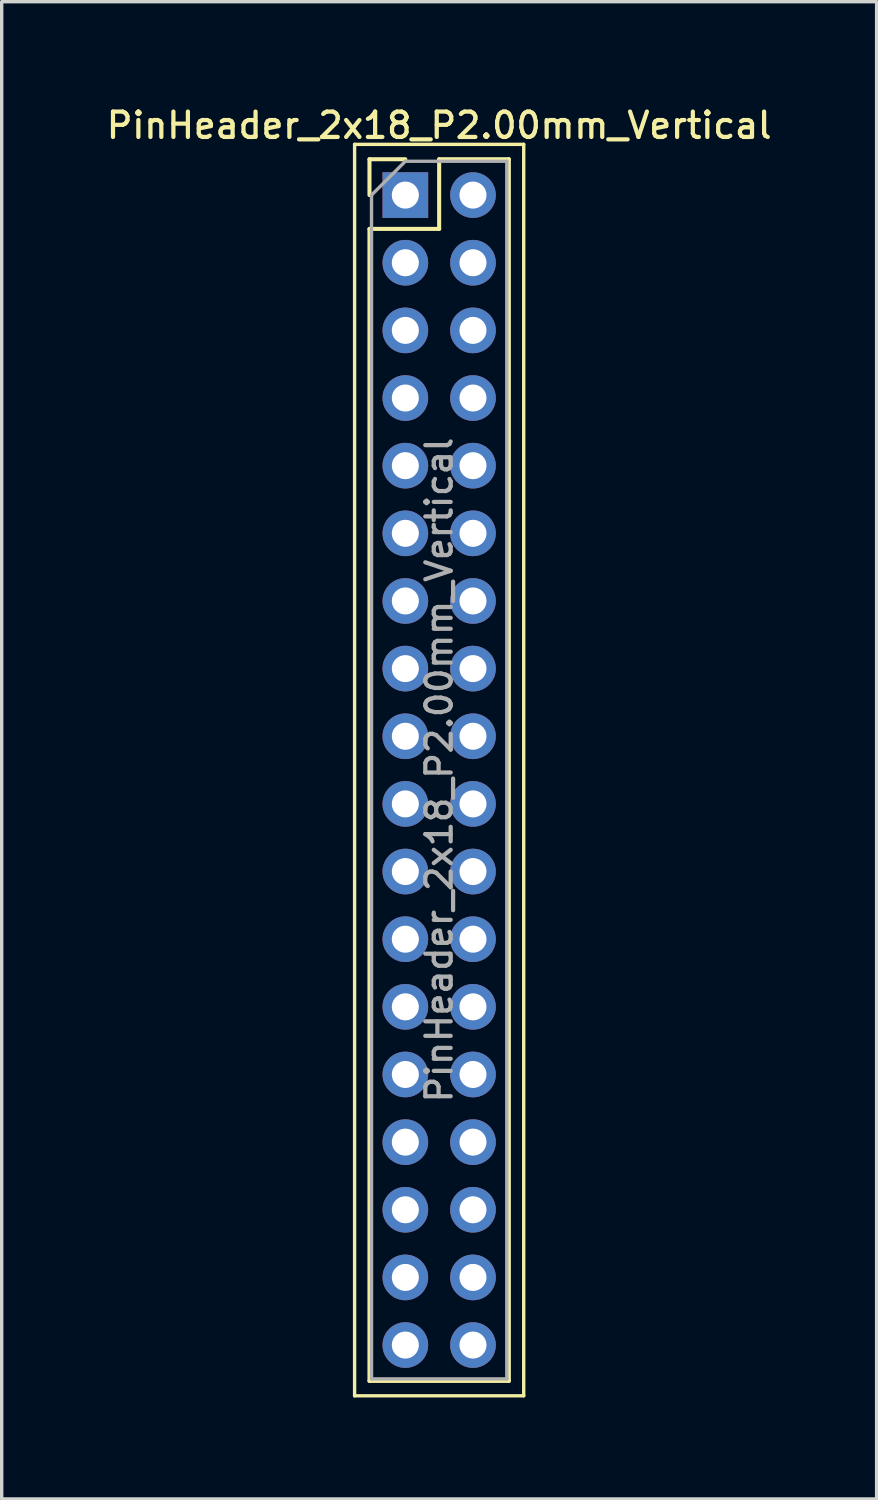
<source format=kicad_pcb>
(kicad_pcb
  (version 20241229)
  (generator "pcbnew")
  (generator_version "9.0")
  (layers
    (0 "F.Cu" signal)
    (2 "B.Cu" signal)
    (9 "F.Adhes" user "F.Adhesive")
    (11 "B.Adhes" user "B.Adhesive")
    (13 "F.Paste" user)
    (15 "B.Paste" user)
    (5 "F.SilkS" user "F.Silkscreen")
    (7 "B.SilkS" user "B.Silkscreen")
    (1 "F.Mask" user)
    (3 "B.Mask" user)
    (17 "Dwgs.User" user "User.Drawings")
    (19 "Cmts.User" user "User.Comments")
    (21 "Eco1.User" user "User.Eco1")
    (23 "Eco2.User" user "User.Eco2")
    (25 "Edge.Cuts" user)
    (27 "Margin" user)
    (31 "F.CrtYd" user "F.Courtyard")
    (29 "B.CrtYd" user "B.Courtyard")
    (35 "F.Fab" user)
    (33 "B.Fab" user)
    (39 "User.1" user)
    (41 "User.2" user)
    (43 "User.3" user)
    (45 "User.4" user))
  (footprint "PinHeader_2x18_P2.00mm_Vertical"
    (layer "F.Cu")
    (at 8.934 2.718)
    (property "Reference" "PinHeader_2x18_P2.00mm_Vertical" (at 1 -2.06 0) (layer "F.SilkS") (effects (font (size 0.75 0.75) (thickness 0.125))))
    (attr through_hole)
    (fp_line (start -1.5 -1.5) (end -1.5 35.5) (stroke (width 0.1) (type solid)) (layer "F.SilkS"))
    (fp_line (start -1.5 35.5) (end 3.5 35.5) (stroke (width 0.1) (type solid)) (layer "F.SilkS"))
    (fp_line (start -1.06 -1.06) (end 0 -1.06) (stroke (width 0.12) (type solid)) (layer "F.SilkS"))
    (fp_line (start -1.06 0) (end -1.06 -1.06) (stroke (width 0.12) (type solid)) (layer "F.SilkS"))
    (fp_line (start -1.06 1) (end -1.06 35.06) (stroke (width 0.12) (type solid)) (layer "F.SilkS"))
    (fp_line (start -1.06 1) (end 1 1) (stroke (width 0.12) (type solid)) (layer "F.SilkS"))
    (fp_line (start -1.06 35.06) (end 3.06 35.06) (stroke (width 0.12) (type solid)) (layer "F.SilkS"))
    (fp_line (start 1 -1.06) (end 3.06 -1.06) (stroke (width 0.12) (type solid)) (layer "F.SilkS"))
    (fp_line (start 1 1) (end 1 -1.06) (stroke (width 0.12) (type solid)) (layer "F.SilkS"))
    (fp_line (start 3.06 -1.06) (end 3.06 35.06) (stroke (width 0.12) (type solid)) (layer "F.SilkS"))
    (fp_line (start 3.5 -1.5) (end -1.5 -1.5) (stroke (width 0.1) (type solid)) (layer "F.SilkS"))
    (fp_line (start 3.5 35.5) (end 3.5 -1.5) (stroke (width 0.1) (type solid)) (layer "F.SilkS"))
    (fp_line (start -1 0) (end 0 -1) (stroke (width 0.1) (type solid)) (layer "F.Fab"))
    (fp_line (start -1 35) (end -1 0) (stroke (width 0.1) (type solid)) (layer "F.Fab"))
    (fp_line (start 0 -1) (end 3 -1) (stroke (width 0.1) (type solid)) (layer "F.Fab"))
    (fp_line (start 3 -1) (end 3 35) (stroke (width 0.1) (type solid)) (layer "F.Fab"))
    (fp_line (start 3 35) (end -1 35) (stroke (width 0.1) (type solid)) (layer "F.Fab"))
    (fp_text user "${REFERENCE}" (at 1 17 90) (layer "F.Fab") (effects (font (size 0.75 0.75) (thickness 0.125))))
    (pad "1" thru_hole rect (at 0 0) (size 1.35 1.35) (drill 0.8) (layers "*.Cu" "*.Mask"))
    (pad "2" thru_hole oval (at 2 0) (size 1.35 1.35) (drill 0.8) (layers "*.Cu" "*.Mask"))
    (pad "3" thru_hole oval (at 0 2) (size 1.35 1.35) (drill 0.8) (layers "*.Cu" "*.Mask"))
    (pad "4" thru_hole oval (at 2 2) (size 1.35 1.35) (drill 0.8) (layers "*.Cu" "*.Mask"))
    (pad "5" thru_hole oval (at 0 4) (size 1.35 1.35) (drill 0.8) (layers "*.Cu" "*.Mask"))
    (pad "6" thru_hole oval (at 2 4) (size 1.35 1.35) (drill 0.8) (layers "*.Cu" "*.Mask"))
    (pad "7" thru_hole oval (at 0 6) (size 1.35 1.35) (drill 0.8) (layers "*.Cu" "*.Mask"))
    (pad "8" thru_hole oval (at 2 6) (size 1.35 1.35) (drill 0.8) (layers "*.Cu" "*.Mask"))
    (pad "9" thru_hole oval (at 0 8) (size 1.35 1.35) (drill 0.8) (layers "*.Cu" "*.Mask"))
    (pad "10" thru_hole oval (at 2 8) (size 1.35 1.35) (drill 0.8) (layers "*.Cu" "*.Mask"))
    (pad "11" thru_hole oval (at 0 10) (size 1.35 1.35) (drill 0.8) (layers "*.Cu" "*.Mask"))
    (pad "12" thru_hole oval (at 2 10) (size 1.35 1.35) (drill 0.8) (layers "*.Cu" "*.Mask"))
    (pad "13" thru_hole oval (at 0 12) (size 1.35 1.35) (drill 0.8) (layers "*.Cu" "*.Mask"))
    (pad "14" thru_hole oval (at 2 12) (size 1.35 1.35) (drill 0.8) (layers "*.Cu" "*.Mask"))
    (pad "15" thru_hole oval (at 0 14) (size 1.35 1.35) (drill 0.8) (layers "*.Cu" "*.Mask"))
    (pad "16" thru_hole oval (at 2 14) (size 1.35 1.35) (drill 0.8) (layers "*.Cu" "*.Mask"))
    (pad "17" thru_hole oval (at 0 16) (size 1.35 1.35) (drill 0.8) (layers "*.Cu" "*.Mask"))
    (pad "18" thru_hole oval (at 2 16) (size 1.35 1.35) (drill 0.8) (layers "*.Cu" "*.Mask"))
    (pad "19" thru_hole oval (at 0 18) (size 1.35 1.35) (drill 0.8) (layers "*.Cu" "*.Mask"))
    (pad "20" thru_hole oval (at 2 18) (size 1.35 1.35) (drill 0.8) (layers "*.Cu" "*.Mask"))
    (pad "21" thru_hole oval (at 0 20) (size 1.35 1.35) (drill 0.8) (layers "*.Cu" "*.Mask"))
    (pad "22" thru_hole oval (at 2 20) (size 1.35 1.35) (drill 0.8) (layers "*.Cu" "*.Mask"))
    (pad "23" thru_hole oval (at 0 22) (size 1.35 1.35) (drill 0.8) (layers "*.Cu" "*.Mask"))
    (pad "24" thru_hole oval (at 2 22) (size 1.35 1.35) (drill 0.8) (layers "*.Cu" "*.Mask"))
    (pad "25" thru_hole oval (at 0 24) (size 1.35 1.35) (drill 0.8) (layers "*.Cu" "*.Mask"))
    (pad "26" thru_hole oval (at 2 24) (size 1.35 1.35) (drill 0.8) (layers "*.Cu" "*.Mask"))
    (pad "27" thru_hole oval (at 0 26) (size 1.35 1.35) (drill 0.8) (layers "*.Cu" "*.Mask"))
    (pad "28" thru_hole oval (at 2 26) (size 1.35 1.35) (drill 0.8) (layers "*.Cu" "*.Mask"))
    (pad "29" thru_hole oval (at 0 28) (size 1.35 1.35) (drill 0.8) (layers "*.Cu" "*.Mask"))
    (pad "30" thru_hole oval (at 2 28) (size 1.35 1.35) (drill 0.8) (layers "*.Cu" "*.Mask"))
    (pad "31" thru_hole oval (at 0 30) (size 1.35 1.35) (drill 0.8) (layers "*.Cu" "*.Mask"))
    (pad "32" thru_hole oval (at 2 30) (size 1.35 1.35) (drill 0.8) (layers "*.Cu" "*.Mask"))
    (pad "33" thru_hole oval (at 0 32) (size 1.35 1.35) (drill 0.8) (layers "*.Cu" "*.Mask"))
    (pad "34" thru_hole oval (at 2 32) (size 1.35 1.35) (drill 0.8) (layers "*.Cu" "*.Mask"))
    (pad "35" thru_hole oval (at 0 34) (size 1.35 1.35) (drill 0.8) (layers "*.Cu" "*.Mask"))
    (pad "36" thru_hole oval (at 2 34) (size 1.35 1.35) (drill 0.8) (layers "*.Cu" "*.Mask")))
  (gr_rect
    (start -3 -3)
    (end 22.868 41.268)
    (stroke (width 0.1) (type default))
    (fill no)
    (layer "Edge.Cuts")))
</source>
